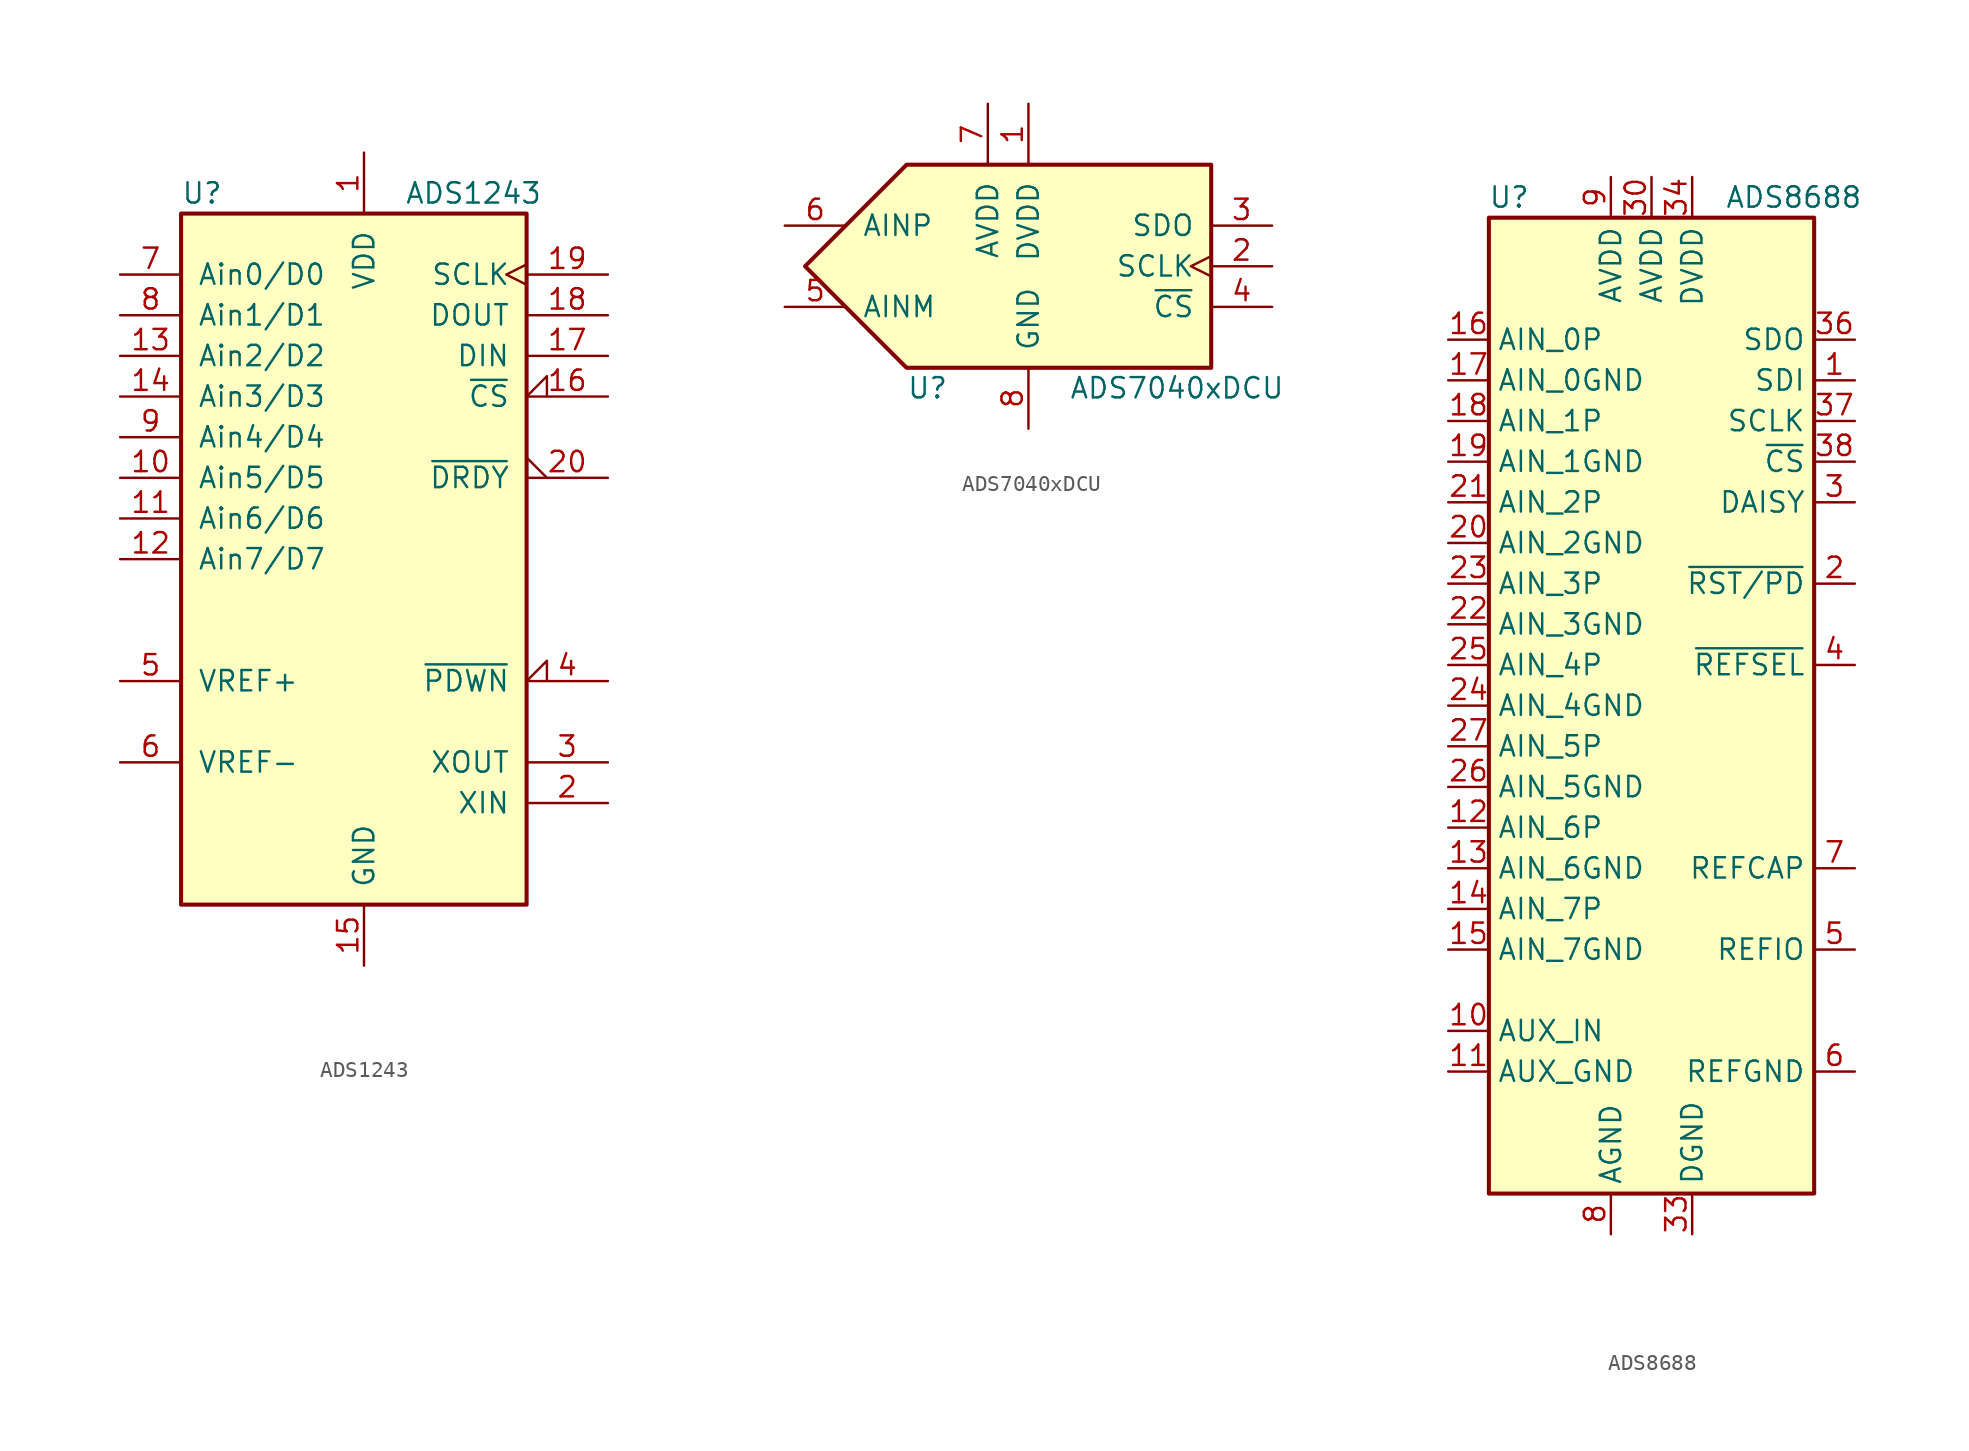
<source format=kicad_sym>
(kicad_symbol_lib
  (version 20220914)
  (generator kicad_symbol_editor)
  (symbol "ADS1243"
    (pin_names
      (offset 1.016))
    (property "Reference" "U"
      (at -11.43 22.86 0)
      (effects (font (size 1.27 1.27)) (justify left)))
    (property "Value" "ADS1243"
      (at 2.54 22.86 0)
      (effects (font (size 1.27 1.27)) (justify left)))
    (symbol "ADS1243_0_1"
      (rectangle (start -11.43 21.59) (end 10.16 -21.59) (stroke (width 0.254) (type default)) (fill (type background))))
    (symbol "ADS1243_1_1"
      (pin power_in line (at 0 25.4 270) (length 3.81) (name "VDD" (effects (font (size 1.27 1.27)))) (number "1" (effects (font (size 1.27 1.27)))))
      (pin input line (at -15.24 5.08 0) (length 3.81) (name "Ain5/D5" (effects (font (size 1.27 1.27)))) (number "10" (effects (font (size 1.27 1.27)))))
      (pin input line (at -15.24 2.54 0) (length 3.81) (name "Ain6/D6" (effects (font (size 1.27 1.27)))) (number "11" (effects (font (size 1.27 1.27)))))
      (pin input line (at -15.24 0 0) (length 3.81) (name "Ain7/D7" (effects (font (size 1.27 1.27)))) (number "12" (effects (font (size 1.27 1.27)))))
      (pin input line (at -15.24 12.7 0) (length 3.81) (name "Ain2/D2" (effects (font (size 1.27 1.27)))) (number "13" (effects (font (size 1.27 1.27)))))
      (pin input line (at -15.24 10.16 0) (length 3.81) (name "Ain3/D3" (effects (font (size 1.27 1.27)))) (number "14" (effects (font (size 1.27 1.27)))))
      (pin power_in line (at 0 -25.4 90) (length 3.81) (name "GND" (effects (font (size 1.27 1.27)))) (number "15" (effects (font (size 1.27 1.27)))))
      (pin input input_low (at 15.24 10.16 180) (length 5.08) (name "~{CS}" (effects (font (size 1.27 1.27)))) (number "16" (effects (font (size 1.27 1.27)))))
      (pin input line (at 15.24 12.7 180) (length 5.08) (name "DIN" (effects (font (size 1.27 1.27)))) (number "17" (effects (font (size 1.27 1.27)))))
      (pin output line (at 15.24 15.24 180) (length 5.08) (name "DOUT" (effects (font (size 1.27 1.27)))) (number "18" (effects (font (size 1.27 1.27)))))
      (pin input clock (at 15.24 17.78 180) (length 5.08) (name "SCLK" (effects (font (size 1.27 1.27)))) (number "19" (effects (font (size 1.27 1.27)))))
      (pin input line (at 15.24 -15.24 180) (length 5.08) (name "XIN" (effects (font (size 1.27 1.27)))) (number "2" (effects (font (size 1.27 1.27)))))
      (pin open_collector output_low (at 15.24 5.08 180) (length 5.08) (name "~{DRDY}" (effects (font (size 1.27 1.27)))) (number "20" (effects (font (size 1.27 1.27)))))
      (pin output line (at 15.24 -12.7 180) (length 5.08) (name "XOUT" (effects (font (size 1.27 1.27)))) (number "3" (effects (font (size 1.27 1.27)))))
      (pin input input_low (at 15.24 -7.62 180) (length 5.08) (name "~{PDWN}" (effects (font (size 1.27 1.27)))) (number "4" (effects (font (size 1.27 1.27)))))
      (pin input line (at -15.24 -7.62 0) (length 3.81) (name "VREF+" (effects (font (size 1.27 1.27)))) (number "5" (effects (font (size 1.27 1.27)))))
      (pin input line (at -15.24 -12.7 0) (length 3.81) (name "VREF-" (effects (font (size 1.27 1.27)))) (number "6" (effects (font (size 1.27 1.27)))))
      (pin input line (at -15.24 17.78 0) (length 3.81) (name "Ain0/D0" (effects (font (size 1.27 1.27)))) (number "7" (effects (font (size 1.27 1.27)))))
      (pin input line (at -15.24 15.24 0) (length 3.81) (name "Ain1/D1" (effects (font (size 1.27 1.27)))) (number "8" (effects (font (size 1.27 1.27)))))
      (pin input line (at -15.24 7.62 0) (length 3.81) (name "Ain4/D4" (effects (font (size 1.27 1.27)))) (number "9" (effects (font (size 1.27 1.27)))))))
  (symbol "ADS7040xDCU"
    (pin_names
      (offset 1.016))
    (property "Reference" "U"
      (at -7.62 -7.62 0)
      (effects (font (size 1.27 1.27)) (justify left)))
    (property "Value" "ADS7040xDCU"
      (at 2.54 -7.62 0)
      (effects (font (size 1.27 1.27)) (justify left)))
    (symbol "ADS7040xDCU_0_1"
      (polyline (pts (xy -13.97 0) (xy -7.62 6.35) (xy 11.43 6.35) (xy 11.43 -6.35) (xy -7.62 -6.35) (xy -13.97 0)) (stroke (width 0.254) (type default)) (fill (type background))))
    (symbol "ADS7040xDCU_1_1"
      (pin power_in line (at 0 10.16 270) (length 3.81) (name "DVDD" (effects (font (size 1.27 1.27)))) (number "1" (effects (font (size 1.27 1.27)))))
      (pin input clock (at 15.24 0 180) (length 3.81) (name "SCLK" (effects (font (size 1.27 1.27)))) (number "2" (effects (font (size 1.27 1.27)))))
      (pin output line (at 15.24 2.54 180) (length 3.81) (name "SDO" (effects (font (size 1.27 1.27)))) (number "3" (effects (font (size 1.27 1.27)))))
      (pin input line (at 15.24 -2.54 180) (length 3.81) (name "~{CS}" (effects (font (size 1.27 1.27)))) (number "4" (effects (font (size 1.27 1.27)))))
      (pin input line (at -15.24 -2.54 0) (length 3.81) (name "AINM" (effects (font (size 1.27 1.27)))) (number "5" (effects (font (size 1.27 1.27)))))
      (pin input line (at -15.24 2.54 0) (length 3.81) (name "AINP" (effects (font (size 1.27 1.27)))) (number "6" (effects (font (size 1.27 1.27)))))
      (pin power_in line (at -2.54 10.16 270) (length 3.81) (name "AVDD" (effects (font (size 1.27 1.27)))) (number "7" (effects (font (size 1.27 1.27)))))
      (pin power_in line (at 0 -10.16 90) (length 3.81) (name "GND" (effects (font (size 1.27 1.27)))) (number "8" (effects (font (size 1.27 1.27)))))))
  (symbol "ADS8688"
    (property "Reference" "U"
      (at -8.89 31.75 0)
      (effects (font (size 1.27 1.27))))
    (property "Value" "ADS8688"
      (at 8.89 31.75 0)
      (effects (font (size 1.27 1.27))))
    (symbol "ADS8688_0_1"
      (rectangle (start -10.16 30.48) (end 10.16 -30.48) (stroke (width 0.254) (type default)) (fill (type background))))
    (symbol "ADS8688_1_1"
      (pin input line (at 12.7 20.32 180) (length 2.54) (name "SDI" (effects (font (size 1.27 1.27)))) (number "1" (effects (font (size 1.27 1.27)))))
      (pin input line (at -12.7 -20.32 0) (length 2.54) (name "AUX_IN" (effects (font (size 1.27 1.27)))) (number "10" (effects (font (size 1.27 1.27)))))
      (pin input line (at -12.7 -22.86 0) (length 2.54) (name "AUX_GND" (effects (font (size 1.27 1.27)))) (number "11" (effects (font (size 1.27 1.27)))))
      (pin input line (at -12.7 -7.62 0) (length 2.54) (name "AIN_6P" (effects (font (size 1.27 1.27)))) (number "12" (effects (font (size 1.27 1.27)))))
      (pin input line (at -12.7 -10.16 0) (length 2.54) (name "AIN_6GND" (effects (font (size 1.27 1.27)))) (number "13" (effects (font (size 1.27 1.27)))))
      (pin input line (at -12.7 -12.7 0) (length 2.54) (name "AIN_7P" (effects (font (size 1.27 1.27)))) (number "14" (effects (font (size 1.27 1.27)))))
      (pin input line (at -12.7 -15.24 0) (length 2.54) (name "AIN_7GND" (effects (font (size 1.27 1.27)))) (number "15" (effects (font (size 1.27 1.27)))))
      (pin input line (at -12.7 22.86 0) (length 2.54) (name "AIN_0P" (effects (font (size 1.27 1.27)))) (number "16" (effects (font (size 1.27 1.27)))))
      (pin input line (at -12.7 20.32 0) (length 2.54) (name "AIN_0GND" (effects (font (size 1.27 1.27)))) (number "17" (effects (font (size 1.27 1.27)))))
      (pin input line (at -12.7 17.78 0) (length 2.54) (name "AIN_1P" (effects (font (size 1.27 1.27)))) (number "18" (effects (font (size 1.27 1.27)))))
      (pin input line (at -12.7 15.24 0) (length 2.54) (name "AIN_1GND" (effects (font (size 1.27 1.27)))) (number "19" (effects (font (size 1.27 1.27)))))
      (pin input line (at 12.7 7.62 180) (length 2.54) (name "~{RST/PD}" (effects (font (size 1.27 1.27)))) (number "2" (effects (font (size 1.27 1.27)))))
      (pin input line (at -12.7 10.16 0) (length 2.54) (name "AIN_2GND" (effects (font (size 1.27 1.27)))) (number "20" (effects (font (size 1.27 1.27)))))
      (pin input line (at -12.7 12.7 0) (length 2.54) (name "AIN_2P" (effects (font (size 1.27 1.27)))) (number "21" (effects (font (size 1.27 1.27)))))
      (pin input line (at -12.7 5.08 0) (length 2.54) (name "AIN_3GND" (effects (font (size 1.27 1.27)))) (number "22" (effects (font (size 1.27 1.27)))))
      (pin input line (at -12.7 7.62 0) (length 2.54) (name "AIN_3P" (effects (font (size 1.27 1.27)))) (number "23" (effects (font (size 1.27 1.27)))))
      (pin input line (at -12.7 0 0) (length 2.54) (name "AIN_4GND" (effects (font (size 1.27 1.27)))) (number "24" (effects (font (size 1.27 1.27)))))
      (pin input line (at -12.7 2.54 0) (length 2.54) (name "AIN_4P" (effects (font (size 1.27 1.27)))) (number "25" (effects (font (size 1.27 1.27)))))
      (pin input line (at -12.7 -5.08 0) (length 2.54) (name "AIN_5GND" (effects (font (size 1.27 1.27)))) (number "26" (effects (font (size 1.27 1.27)))))
      (pin input line (at -12.7 -2.54 0) (length 2.54) (name "AIN_5P" (effects (font (size 1.27 1.27)))) (number "27" (effects (font (size 1.27 1.27)))))
      (pin passive line (at -2.54 -33.02 90) (length 2.54) hide (name "AGND" (effects (font (size 1.27 1.27)))) (number "28" (effects (font (size 1.27 1.27)))))
      (pin passive line (at -2.54 -33.02 90) (length 2.54) hide (name "AGND" (effects (font (size 1.27 1.27)))) (number "29" (effects (font (size 1.27 1.27)))))
      (pin input line (at 12.7 12.7 180) (length 2.54) (name "DAISY" (effects (font (size 1.27 1.27)))) (number "3" (effects (font (size 1.27 1.27)))))
      (pin power_in line (at 0 33.02 270) (length 2.54) (name "AVDD" (effects (font (size 1.27 1.27)))) (number "30" (effects (font (size 1.27 1.27)))))
      (pin passive line (at -2.54 -33.02 90) (length 2.54) hide (name "AGND" (effects (font (size 1.27 1.27)))) (number "31" (effects (font (size 1.27 1.27)))))
      (pin passive line (at -2.54 -33.02 90) (length 2.54) hide (name "AGND" (effects (font (size 1.27 1.27)))) (number "32" (effects (font (size 1.27 1.27)))))
      (pin power_in line (at 2.54 -33.02 90) (length 2.54) (name "DGND" (effects (font (size 1.27 1.27)))) (number "33" (effects (font (size 1.27 1.27)))))
      (pin power_in line (at 2.54 33.02 270) (length 2.54) (name "DVDD" (effects (font (size 1.27 1.27)))) (number "34" (effects (font (size 1.27 1.27)))))
      (pin no_connect line (at 10.16 -5.08 180) (length 2.54) hide (name "DNC" (effects (font (size 1.27 1.27)))) (number "35" (effects (font (size 1.27 1.27)))))
      (pin output line (at 12.7 22.86 180) (length 2.54) (name "SDO" (effects (font (size 1.27 1.27)))) (number "36" (effects (font (size 1.27 1.27)))))
      (pin input line (at 12.7 17.78 180) (length 2.54) (name "SCLK" (effects (font (size 1.27 1.27)))) (number "37" (effects (font (size 1.27 1.27)))))
      (pin input line (at 12.7 15.24 180) (length 2.54) (name "~{CS}" (effects (font (size 1.27 1.27)))) (number "38" (effects (font (size 1.27 1.27)))))
      (pin input line (at 12.7 2.54 180) (length 2.54) (name "~{REFSEL}" (effects (font (size 1.27 1.27)))) (number "4" (effects (font (size 1.27 1.27)))))
      (pin passive line (at 12.7 -15.24 180) (length 2.54) (name "REFIO" (effects (font (size 1.27 1.27)))) (number "5" (effects (font (size 1.27 1.27)))))
      (pin power_in line (at 12.7 -22.86 180) (length 2.54) (name "REFGND" (effects (font (size 1.27 1.27)))) (number "6" (effects (font (size 1.27 1.27)))))
      (pin passive line (at 12.7 -10.16 180) (length 2.54) (name "REFCAP" (effects (font (size 1.27 1.27)))) (number "7" (effects (font (size 1.27 1.27)))))
      (pin power_in line (at -2.54 -33.02 90) (length 2.54) (name "AGND" (effects (font (size 1.27 1.27)))) (number "8" (effects (font (size 1.27 1.27)))))
      (pin power_in line (at -2.54 33.02 270) (length 2.54) (name "AVDD" (effects (font (size 1.27 1.27)))) (number "9" (effects (font (size 1.27 1.27))))))))
</source>
